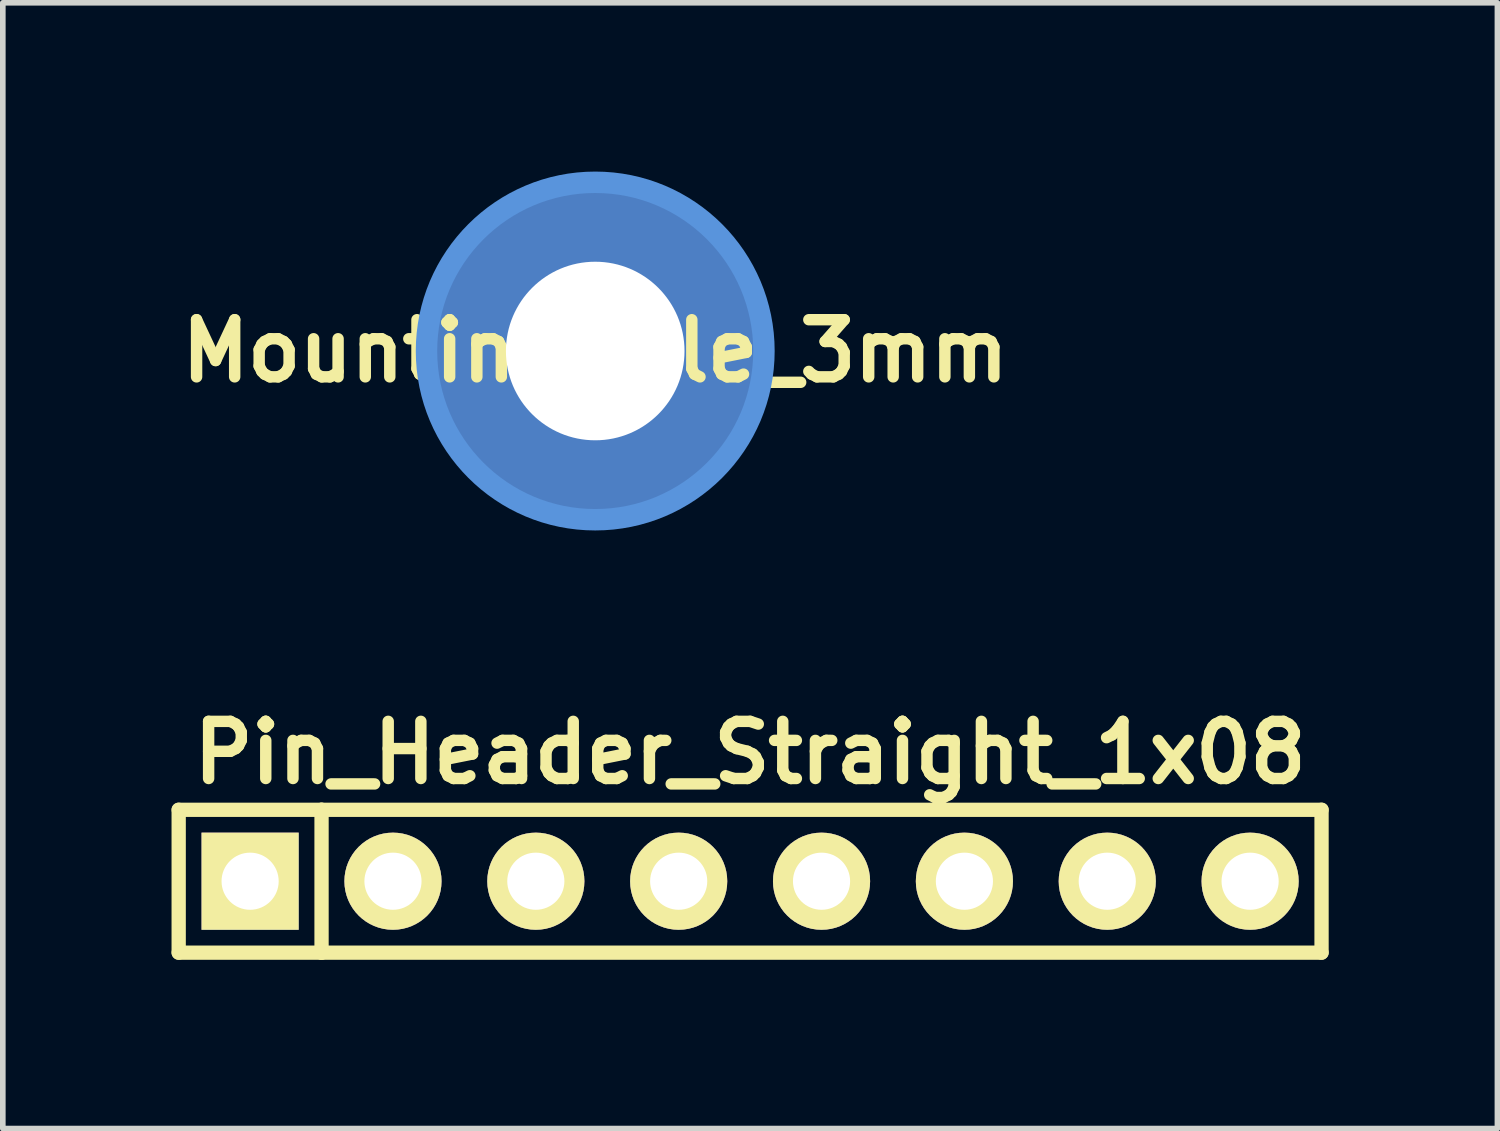
<source format=kicad_pcb>
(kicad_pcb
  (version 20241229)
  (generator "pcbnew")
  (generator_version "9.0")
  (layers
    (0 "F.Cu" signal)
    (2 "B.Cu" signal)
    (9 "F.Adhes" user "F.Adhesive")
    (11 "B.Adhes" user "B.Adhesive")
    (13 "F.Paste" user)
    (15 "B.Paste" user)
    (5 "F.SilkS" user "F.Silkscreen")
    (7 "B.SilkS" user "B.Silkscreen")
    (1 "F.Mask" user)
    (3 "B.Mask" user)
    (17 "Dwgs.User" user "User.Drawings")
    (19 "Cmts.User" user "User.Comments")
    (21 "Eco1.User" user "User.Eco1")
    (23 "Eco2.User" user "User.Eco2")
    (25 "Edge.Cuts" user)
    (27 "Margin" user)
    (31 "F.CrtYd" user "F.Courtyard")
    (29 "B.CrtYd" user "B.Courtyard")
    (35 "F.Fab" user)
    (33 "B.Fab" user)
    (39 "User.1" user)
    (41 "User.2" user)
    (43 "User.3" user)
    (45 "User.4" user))
  (footprint "Pin_Header_Straight_1x08"
    (layer "F.Cu")
    (at 10.287 12.618)
    (property "Reference" "Pin_Header_Straight_1x08" (at 0 -2.286 0) (layer "F.SilkS") (effects (font (size 1.016 1.016) (thickness 0.203))))
    (attr through_hole)
    (fp_line (start -10.16 -1.27) (end -10.16 1.27) (stroke (width 0.254) (type solid)) (layer "F.SilkS"))
    (fp_line (start -10.16 -1.27) (end -7.62 -1.27) (stroke (width 0.254) (type solid)) (layer "F.SilkS"))
    (fp_line (start -10.16 1.27) (end -7.62 1.27) (stroke (width 0.254) (type solid)) (layer "F.SilkS"))
    (fp_line (start -7.62 -1.27) (end -7.62 1.27) (stroke (width 0.254) (type solid)) (layer "F.SilkS"))
    (fp_line (start -7.62 -1.27) (end 10.16 -1.27) (stroke (width 0.254) (type solid)) (layer "F.SilkS"))
    (fp_line (start 10.16 -1.27) (end 10.16 1.27) (stroke (width 0.254) (type solid)) (layer "F.SilkS"))
    (fp_line (start 10.16 1.27) (end -7.62 1.27) (stroke (width 0.254) (type solid)) (layer "F.SilkS"))
    (pad "1" thru_hole rect (at -8.89 0) (size 1.727 1.727) (drill 1.016) (layers "*.Cu" "*.Mask" "F.SilkS"))
    (pad "2" thru_hole circle (at -6.35 0) (size 1.727 1.727) (drill 1.016) (layers "*.Cu" "*.Mask" "F.SilkS"))
    (pad "3" thru_hole circle (at -3.81 0) (size 1.727 1.727) (drill 1.016) (layers "*.Cu" "*.Mask" "F.SilkS"))
    (pad "4" thru_hole circle (at -1.27 0) (size 1.727 1.727) (drill 1.016) (layers "*.Cu" "*.Mask" "F.SilkS"))
    (pad "5" thru_hole circle (at 1.27 0) (size 1.727 1.727) (drill 1.016) (layers "*.Cu" "*.Mask" "F.SilkS"))
    (pad "6" thru_hole circle (at 3.81 0) (size 1.727 1.727) (drill 1.016) (layers "*.Cu" "*.Mask" "F.SilkS"))
    (pad "7" thru_hole circle (at 6.35 0) (size 1.727 1.727) (drill 1.016) (layers "*.Cu" "*.Mask" "F.SilkS"))
    (pad "8" thru_hole circle (at 8.89 0) (size 1.727 1.727) (drill 1.016) (layers "*.Cu" "*.Mask" "F.SilkS")))
  (footprint "MountingHole_3mm"
    (layer "F.Cu")
    (at 7.533 3.191)
    (property "Reference" "MountingHole_3mm" (at 0 0 0) (layer "F.SilkS") (effects (font (size 1.016 1.016) (thickness 0.203))))
    (attr through_hole)
    (fp_circle (center 0 0) (end 3 0) (stroke (width 0.381) (type solid)) (fill no) (layer "Cmts.User"))
    (pad "1" thru_hole circle (at 0 0) (size 6 6) (drill 3.175) (layers "*.Cu")))
  (gr_rect
    (start -3 -3)
    (end 23.574 17.015)
    (stroke (width 0.1) (type default))
    (fill no)
    (layer "Edge.Cuts")))
</source>
